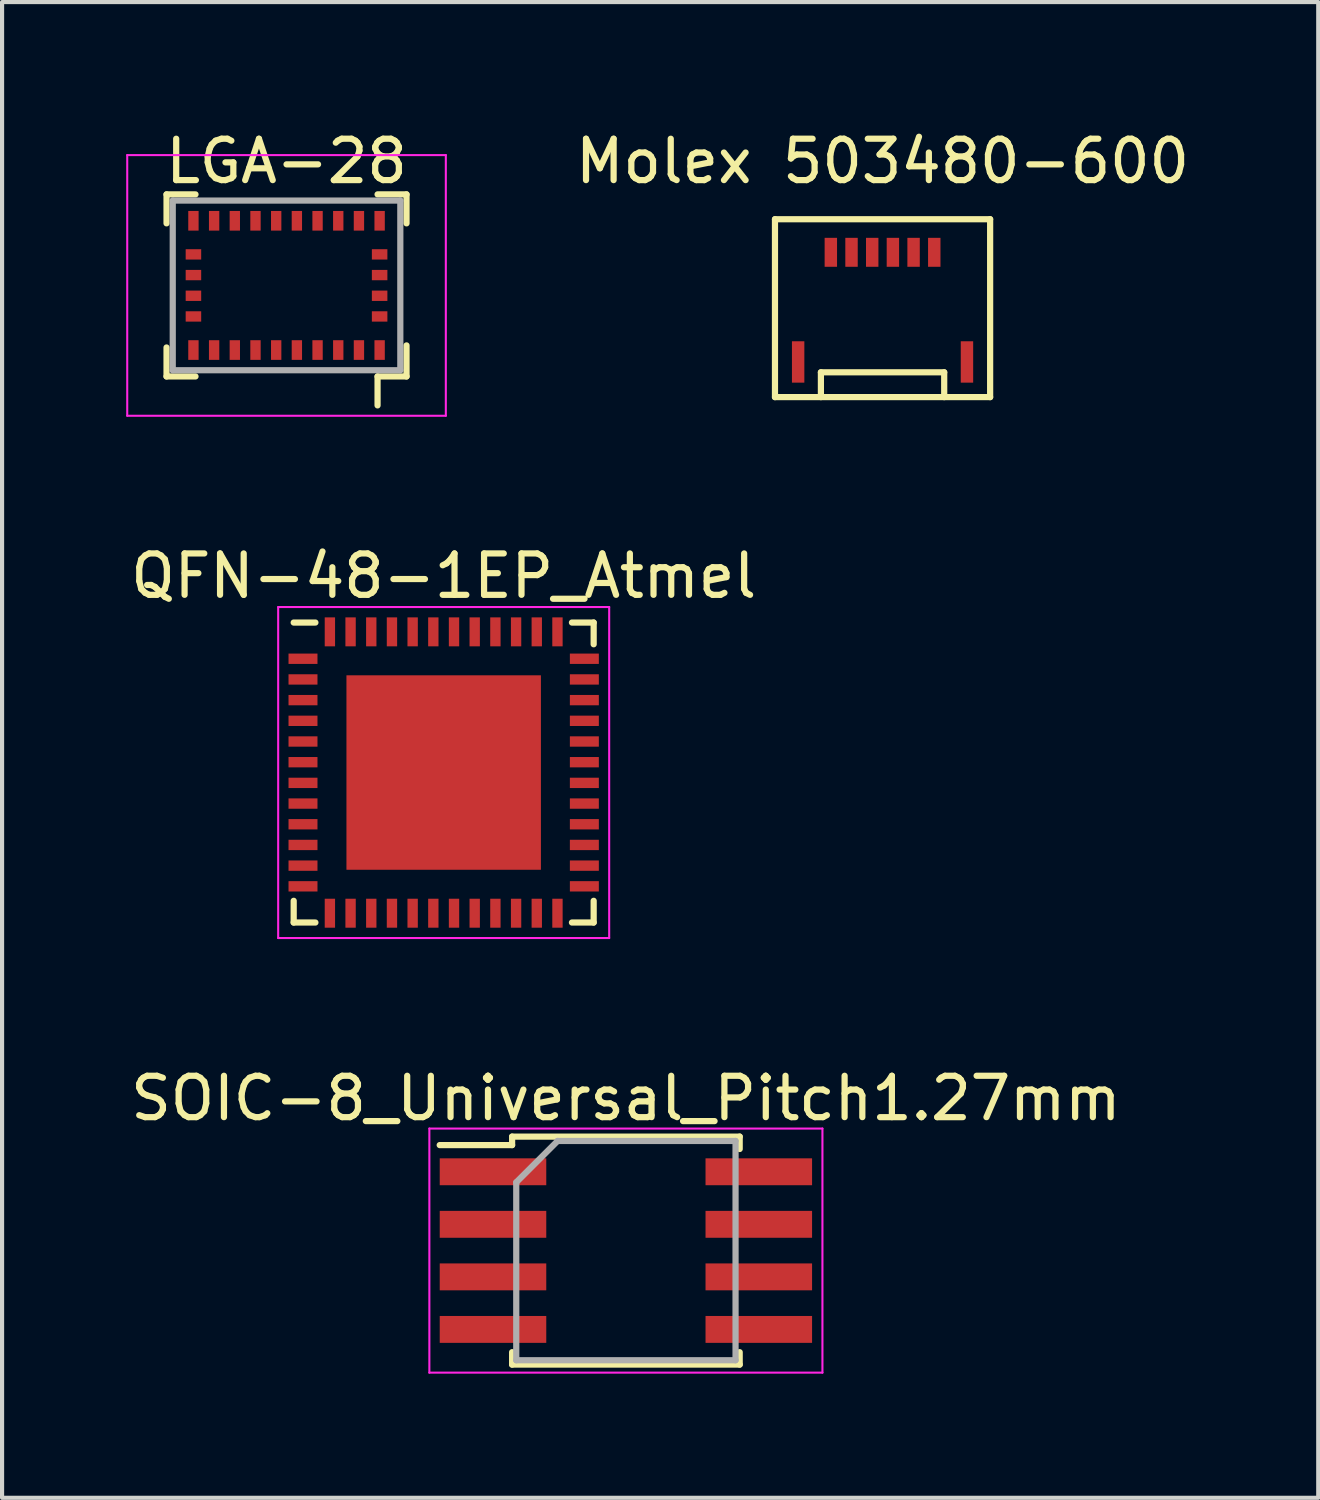
<source format=kicad_pcb>
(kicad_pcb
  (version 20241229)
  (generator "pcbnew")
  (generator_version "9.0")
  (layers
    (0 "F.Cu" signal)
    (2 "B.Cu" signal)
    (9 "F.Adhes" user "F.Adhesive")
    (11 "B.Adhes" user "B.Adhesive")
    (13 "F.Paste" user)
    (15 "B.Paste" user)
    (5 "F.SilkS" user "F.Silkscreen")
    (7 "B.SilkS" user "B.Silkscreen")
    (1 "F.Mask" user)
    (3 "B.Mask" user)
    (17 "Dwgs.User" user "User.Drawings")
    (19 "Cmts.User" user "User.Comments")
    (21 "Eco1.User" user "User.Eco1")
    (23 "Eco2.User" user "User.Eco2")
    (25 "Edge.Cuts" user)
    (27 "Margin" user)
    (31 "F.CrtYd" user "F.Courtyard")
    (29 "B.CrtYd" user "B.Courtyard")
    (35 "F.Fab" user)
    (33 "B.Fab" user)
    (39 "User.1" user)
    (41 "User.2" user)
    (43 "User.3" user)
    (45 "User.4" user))
  (footprint "LGA-28"
    (layer "F.Cu")
    (at 3.875 3.848)
    (property "Reference" "LGA-28" (at 0 -3 0) (layer "F.SilkS") (effects (font (size 1 1) (thickness 0.15))))
    (attr smd)
    (fp_line (start -2.9 -2.2) (end -2.2 -2.2) (stroke (width 0.15) (type solid)) (layer "F.SilkS"))
    (fp_line (start -2.9 -1.5) (end -2.9 -2.2) (stroke (width 0.15) (type solid)) (layer "F.SilkS"))
    (fp_line (start -2.9 2.2) (end -2.9 1.5) (stroke (width 0.15) (type solid)) (layer "F.SilkS"))
    (fp_line (start -2.9 2.2) (end -2.2 2.2) (stroke (width 0.15) (type solid)) (layer "F.SilkS"))
    (fp_line (start 2.2 2.2) (end 2.2 2.9) (stroke (width 0.15) (type solid)) (layer "F.SilkS"))
    (fp_line (start 2.9 -2.2) (end 2.2 -2.2) (stroke (width 0.15) (type solid)) (layer "F.SilkS"))
    (fp_line (start 2.9 -1.5) (end 2.9 -2.2) (stroke (width 0.15) (type solid)) (layer "F.SilkS"))
    (fp_line (start 2.9 1.45) (end 2.9 2.2) (stroke (width 0.15) (type solid)) (layer "F.SilkS"))
    (fp_line (start 2.9 2.2) (end 2.2 2.2) (stroke (width 0.15) (type solid)) (layer "F.SilkS"))
    (fp_line (start -3.85 -3.15) (end 3.85 -3.15) (stroke (width 0.05) (type solid)) (layer "F.CrtYd"))
    (fp_line (start -3.85 3.15) (end -3.85 -3.15) (stroke (width 0.05) (type solid)) (layer "F.CrtYd"))
    (fp_line (start 3.85 -3.15) (end 3.85 3.15) (stroke (width 0.05) (type solid)) (layer "F.CrtYd"))
    (fp_line (start 3.85 3.15) (end -3.85 3.15) (stroke (width 0.05) (type solid)) (layer "F.CrtYd"))
    (fp_line (start -2.75 2.05) (end -2.75 -2.05) (stroke (width 0.15) (type solid)) (layer "F.Fab"))
    (fp_line (start 2.75 -2.05) (end -2.75 -2.05) (stroke (width 0.15) (type solid)) (layer "F.Fab"))
    (fp_line (start 2.75 2.05) (end -2.75 2.05) (stroke (width 0.15) (type solid)) (layer "F.Fab"))
    (fp_line (start 2.75 2.05) (end 2.75 -2.05) (stroke (width 0.15) (type solid)) (layer "F.Fab"))
    (pad "1" smd rect (at 2.25 1.562) (size 0.25 0.475) (layers "F.Cu" "F.Mask" "F.Paste"))
    (pad "2" smd rect (at 2.25 0.75) (size 0.375 0.25) (layers "F.Cu" "F.Mask" "F.Paste"))
    (pad "3" smd rect (at 2.25 0.25) (size 0.375 0.25) (layers "F.Cu" "F.Mask" "F.Paste"))
    (pad "4" smd rect (at 2.25 -0.25) (size 0.375 0.25) (layers "F.Cu" "F.Mask" "F.Paste"))
    (pad "5" smd rect (at 2.25 -0.75) (size 0.375 0.25) (layers "F.Cu" "F.Mask" "F.Paste"))
    (pad "6" smd rect (at 2.25 -1.562) (size 0.25 0.475) (layers "F.Cu" "F.Mask" "F.Paste"))
    (pad "7" smd rect (at 1.75 -1.562 180) (size 0.25 0.475) (layers "F.Cu" "F.Mask" "F.Paste"))
    (pad "8" smd rect (at 1.25 -1.562 180) (size 0.25 0.475) (layers "F.Cu" "F.Mask" "F.Paste"))
    (pad "9" smd rect (at 0.75 -1.562 180) (size 0.25 0.475) (layers "F.Cu" "F.Mask" "F.Paste"))
    (pad "10" smd rect (at 0.25 -1.562 180) (size 0.25 0.475) (layers "F.Cu" "F.Mask" "F.Paste"))
    (pad "11" smd rect (at -0.25 -1.562 180) (size 0.25 0.475) (layers "F.Cu" "F.Mask" "F.Paste"))
    (pad "12" smd rect (at -0.75 -1.562 180) (size 0.25 0.475) (layers "F.Cu" "F.Mask" "F.Paste"))
    (pad "13" smd rect (at -1.25 -1.562 180) (size 0.25 0.475) (layers "F.Cu" "F.Mask" "F.Paste"))
    (pad "14" smd rect (at -1.75 -1.562) (size 0.25 0.475) (layers "F.Cu" "F.Mask" "F.Paste"))
    (pad "15" smd rect (at -2.25 -1.562) (size 0.25 0.475) (layers "F.Cu" "F.Mask" "F.Paste"))
    (pad "16" smd rect (at -2.25 -0.75) (size 0.375 0.25) (layers "F.Cu" "F.Mask" "F.Paste"))
    (pad "17" smd rect (at -2.25 -0.25) (size 0.375 0.25) (layers "F.Cu" "F.Mask" "F.Paste"))
    (pad "18" smd rect (at -2.25 0.25) (size 0.375 0.25) (layers "F.Cu" "F.Mask" "F.Paste"))
    (pad "19" smd rect (at -2.25 0.75) (size 0.375 0.25) (layers "F.Cu" "F.Mask" "F.Paste"))
    (pad "20" smd rect (at -2.25 1.562) (size 0.25 0.475) (layers "F.Cu" "F.Mask" "F.Paste"))
    (pad "21" smd rect (at -1.75 1.562 180) (size 0.25 0.475) (layers "F.Cu" "F.Mask" "F.Paste"))
    (pad "22" smd rect (at -1.25 1.562 180) (size 0.25 0.475) (layers "F.Cu" "F.Mask" "F.Paste"))
    (pad "23" smd rect (at -0.75 1.562 180) (size 0.25 0.475) (layers "F.Cu" "F.Mask" "F.Paste"))
    (pad "24" smd rect (at -0.25 1.562 180) (size 0.25 0.475) (layers "F.Cu" "F.Mask" "F.Paste"))
    (pad "25" smd rect (at 0.25 1.562 180) (size 0.25 0.475) (layers "F.Cu" "F.Mask" "F.Paste"))
    (pad "26" smd rect (at 0.75 1.562 180) (size 0.25 0.475) (layers "F.Cu" "F.Mask" "F.Paste"))
    (pad "27" smd rect (at 1.25 1.562 180) (size 0.25 0.475) (layers "F.Cu" "F.Mask" "F.Paste"))
    (pad "28" smd rect (at 1.75 1.562) (size 0.25 0.475) (layers "F.Cu" "F.Mask" "F.Paste")))
  (footprint "Molex 503480-600"
    (layer "F.Cu")
    (at 18.28 4.548)
    (property "Reference" "Molex 503480-600" (at 0 -3.7 0) (layer "F.SilkS") (effects (font (size 1 1) (thickness 0.15))))
    (attr through_hole)
    (fp_line (start -2.6 -2.3) (end 2.6 -2.3) (stroke (width 0.15) (type solid)) (layer "F.SilkS"))
    (fp_line (start -2.6 2) (end -2.6 -2.3) (stroke (width 0.15) (type solid)) (layer "F.SilkS"))
    (fp_line (start -2.6 2) (end 2.6 2) (stroke (width 0.15) (type solid)) (layer "F.SilkS"))
    (fp_line (start -1.49 1.4) (end 1.49 1.4) (stroke (width 0.15) (type solid)) (layer "F.SilkS"))
    (fp_line (start -1.49 2) (end -1.49 1.4) (stroke (width 0.15) (type solid)) (layer "F.SilkS"))
    (fp_line (start 1.49 1.4) (end 1.49 2) (stroke (width 0.15) (type solid)) (layer "F.SilkS"))
    (fp_line (start 2.6 -2.3) (end 2.6 2) (stroke (width 0.15) (type solid)) (layer "F.SilkS"))
    (pad "" smd rect (at -2.04 1.15) (size 0.3 1) (layers "F.Cu" "F.Mask" "F.Paste"))
    (pad "" smd rect (at 2.04 1.15) (size 0.3 1) (layers "F.Cu" "F.Mask" "F.Paste"))
    (pad "1" smd rect (at -1.25 -1.5) (size 0.3 0.7) (layers "F.Cu" "F.Mask" "F.Paste"))
    (pad "2" smd rect (at -0.75 -1.5) (size 0.3 0.7) (layers "F.Cu" "F.Mask" "F.Paste"))
    (pad "3" smd rect (at -0.25 -1.5) (size 0.3 0.7) (layers "F.Cu" "F.Mask" "F.Paste"))
    (pad "4" smd rect (at 0.25 -1.5) (size 0.3 0.7) (layers "F.Cu" "F.Mask" "F.Paste"))
    (pad "5" smd rect (at 0.75 -1.5) (size 0.3 0.7) (layers "F.Cu" "F.Mask" "F.Paste"))
    (pad "6" smd rect (at 1.25 -1.5) (size 0.3 0.7) (layers "F.Cu" "F.Mask" "F.Paste")))
  (footprint "SOIC-8_Universal_Pitch1.27mm"
    (layer "F.Cu")
    (at 12.077 27.175)
    (property "Reference" "SOIC-8_Universal_Pitch1.27mm" (at 0 -3.68 0) (layer "F.SilkS") (effects (font (size 1 1) (thickness 0.15))))
    (attr smd)
    (fp_line (start -2.75 -2.755) (end -2.75 -2.55) (stroke (width 0.15) (type solid)) (layer "F.SilkS"))
    (fp_line (start -2.75 -2.755) (end 2.75 -2.755) (stroke (width 0.15) (type solid)) (layer "F.SilkS"))
    (fp_line (start -2.75 -2.55) (end -4.5 -2.55) (stroke (width 0.15) (type solid)) (layer "F.SilkS"))
    (fp_line (start -2.75 2.755) (end -2.75 2.455) (stroke (width 0.15) (type solid)) (layer "F.SilkS"))
    (fp_line (start -2.75 2.755) (end 2.75 2.755) (stroke (width 0.15) (type solid)) (layer "F.SilkS"))
    (fp_line (start 2.75 -2.755) (end 2.75 -2.455) (stroke (width 0.15) (type solid)) (layer "F.SilkS"))
    (fp_line (start 2.75 2.755) (end 2.75 2.455) (stroke (width 0.15) (type solid)) (layer "F.SilkS"))
    (fp_line (start -4.75 -2.95) (end -4.75 2.95) (stroke (width 0.05) (type solid)) (layer "F.CrtYd"))
    (fp_line (start -4.75 -2.95) (end 4.75 -2.95) (stroke (width 0.05) (type solid)) (layer "F.CrtYd"))
    (fp_line (start -4.75 2.95) (end 4.75 2.95) (stroke (width 0.05) (type solid)) (layer "F.CrtYd"))
    (fp_line (start 4.75 -2.95) (end 4.75 2.95) (stroke (width 0.05) (type solid)) (layer "F.CrtYd"))
    (fp_line (start -2.65 -1.65) (end -1.65 -2.65) (stroke (width 0.15) (type solid)) (layer "F.Fab"))
    (fp_line (start -2.65 2.65) (end -2.65 -1.65) (stroke (width 0.15) (type solid)) (layer "F.Fab"))
    (fp_line (start -1.65 -2.65) (end 2.65 -2.65) (stroke (width 0.15) (type solid)) (layer "F.Fab"))
    (fp_line (start 2.65 -2.65) (end 2.65 2.65) (stroke (width 0.15) (type solid)) (layer "F.Fab"))
    (fp_line (start 2.65 2.65) (end -2.65 2.65) (stroke (width 0.15) (type solid)) (layer "F.Fab"))
    (pad "1" smd rect (at -3.212 -1.905) (size 2.575 0.65) (layers "F.Cu" "F.Mask" "F.Paste"))
    (pad "2" smd rect (at -3.212 -0.635) (size 2.575 0.65) (layers "F.Cu" "F.Mask" "F.Paste"))
    (pad "3" smd rect (at -3.212 0.635) (size 2.575 0.65) (layers "F.Cu" "F.Mask" "F.Paste"))
    (pad "4" smd rect (at -3.212 1.905) (size 2.575 0.65) (layers "F.Cu" "F.Mask" "F.Paste"))
    (pad "5" smd rect (at 3.212 1.905) (size 2.575 0.65) (layers "F.Cu" "F.Mask" "F.Paste"))
    (pad "6" smd rect (at 3.212 0.635) (size 2.575 0.65) (layers "F.Cu" "F.Mask" "F.Paste"))
    (pad "7" smd rect (at 3.212 -0.635) (size 2.575 0.65) (layers "F.Cu" "F.Mask" "F.Paste"))
    (pad "8" smd rect (at 3.212 -1.905) (size 2.575 0.65) (layers "F.Cu" "F.Mask" "F.Paste")))
  (footprint "QFN-48-1EP_Atmel"
    (layer "F.Cu")
    (at 7.673 15.621)
    (property "Reference" "QFN-48-1EP_Atmel" (at 0 -4.75 0) (layer "F.SilkS") (effects (font (size 1 1) (thickness 0.15))))
    (attr smd)
    (fp_line (start -3.625 -3.625) (end -3.1 -3.625) (stroke (width 0.15) (type solid)) (layer "F.SilkS"))
    (fp_line (start -3.625 3.625) (end -3.625 3.1) (stroke (width 0.15) (type solid)) (layer "F.SilkS"))
    (fp_line (start -3.625 3.625) (end -3.1 3.625) (stroke (width 0.15) (type solid)) (layer "F.SilkS"))
    (fp_line (start 3.625 -3.625) (end 3.1 -3.625) (stroke (width 0.15) (type solid)) (layer "F.SilkS"))
    (fp_line (start 3.625 -3.625) (end 3.625 -3.1) (stroke (width 0.15) (type solid)) (layer "F.SilkS"))
    (fp_line (start 3.625 3.625) (end 3.1 3.625) (stroke (width 0.15) (type solid)) (layer "F.SilkS"))
    (fp_line (start 3.625 3.625) (end 3.625 3.1) (stroke (width 0.15) (type solid)) (layer "F.SilkS"))
    (fp_line (start -4 -4) (end -4 4) (stroke (width 0.05) (type solid)) (layer "F.CrtYd"))
    (fp_line (start -4 -4) (end 4 -4) (stroke (width 0.05) (type solid)) (layer "F.CrtYd"))
    (fp_line (start -4 4) (end 4 4) (stroke (width 0.05) (type solid)) (layer "F.CrtYd"))
    (fp_line (start 4 -4) (end 4 4) (stroke (width 0.05) (type solid)) (layer "F.CrtYd"))
    (pad "1" smd rect (at -3.4 -2.75) (size 0.7 0.25) (layers "F.Cu" "F.Mask" "F.Paste"))
    (pad "2" smd rect (at -3.4 -2.25) (size 0.7 0.25) (layers "F.Cu" "F.Mask" "F.Paste"))
    (pad "3" smd rect (at -3.4 -1.75) (size 0.7 0.25) (layers "F.Cu" "F.Mask" "F.Paste"))
    (pad "4" smd rect (at -3.4 -1.25) (size 0.7 0.25) (layers "F.Cu" "F.Mask" "F.Paste"))
    (pad "5" smd rect (at -3.4 -0.75) (size 0.7 0.25) (layers "F.Cu" "F.Mask" "F.Paste"))
    (pad "6" smd rect (at -3.4 -0.25) (size 0.7 0.25) (layers "F.Cu" "F.Mask" "F.Paste"))
    (pad "7" smd rect (at -3.4 0.25) (size 0.7 0.25) (layers "F.Cu" "F.Mask" "F.Paste"))
    (pad "8" smd rect (at -3.4 0.75) (size 0.7 0.25) (layers "F.Cu" "F.Mask" "F.Paste"))
    (pad "9" smd rect (at -3.4 1.25) (size 0.7 0.25) (layers "F.Cu" "F.Mask" "F.Paste"))
    (pad "10" smd rect (at -3.4 1.75) (size 0.7 0.25) (layers "F.Cu" "F.Mask" "F.Paste"))
    (pad "11" smd rect (at -3.4 2.25) (size 0.7 0.25) (layers "F.Cu" "F.Mask" "F.Paste"))
    (pad "12" smd rect (at -3.4 2.75) (size 0.7 0.25) (layers "F.Cu" "F.Mask" "F.Paste"))
    (pad "13" smd rect (at -2.75 3.4 90) (size 0.7 0.25) (layers "F.Cu" "F.Mask" "F.Paste"))
    (pad "14" smd rect (at -2.25 3.4 90) (size 0.7 0.25) (layers "F.Cu" "F.Mask" "F.Paste"))
    (pad "15" smd rect (at -1.75 3.4 90) (size 0.7 0.25) (layers "F.Cu" "F.Mask" "F.Paste"))
    (pad "16" smd rect (at -1.25 3.4 90) (size 0.7 0.25) (layers "F.Cu" "F.Mask" "F.Paste"))
    (pad "17" smd rect (at -0.75 3.4 90) (size 0.7 0.25) (layers "F.Cu" "F.Mask" "F.Paste"))
    (pad "18" smd rect (at -0.25 3.4 90) (size 0.7 0.25) (layers "F.Cu" "F.Mask" "F.Paste"))
    (pad "19" smd rect (at 0.25 3.4 90) (size 0.7 0.25) (layers "F.Cu" "F.Mask" "F.Paste"))
    (pad "20" smd rect (at 0.75 3.4 90) (size 0.7 0.25) (layers "F.Cu" "F.Mask" "F.Paste"))
    (pad "21" smd rect (at 1.25 3.4 90) (size 0.7 0.25) (layers "F.Cu" "F.Mask" "F.Paste"))
    (pad "22" smd rect (at 1.75 3.4 90) (size 0.7 0.25) (layers "F.Cu" "F.Mask" "F.Paste"))
    (pad "23" smd rect (at 2.25 3.4 90) (size 0.7 0.25) (layers "F.Cu" "F.Mask" "F.Paste"))
    (pad "24" smd rect (at 2.75 3.4 90) (size 0.7 0.25) (layers "F.Cu" "F.Mask" "F.Paste"))
    (pad "25" smd rect (at 3.4 2.75) (size 0.7 0.25) (layers "F.Cu" "F.Mask" "F.Paste"))
    (pad "26" smd rect (at 3.4 2.25) (size 0.7 0.25) (layers "F.Cu" "F.Mask" "F.Paste"))
    (pad "27" smd rect (at 3.4 1.75) (size 0.7 0.25) (layers "F.Cu" "F.Mask" "F.Paste"))
    (pad "28" smd rect (at 3.4 1.25) (size 0.7 0.25) (layers "F.Cu" "F.Mask" "F.Paste"))
    (pad "29" smd rect (at 3.4 0.75) (size 0.7 0.25) (layers "F.Cu" "F.Mask" "F.Paste"))
    (pad "30" smd rect (at 3.4 0.25) (size 0.7 0.25) (layers "F.Cu" "F.Mask" "F.Paste"))
    (pad "31" smd rect (at 3.4 -0.25) (size 0.7 0.25) (layers "F.Cu" "F.Mask" "F.Paste"))
    (pad "32" smd rect (at 3.4 -0.75) (size 0.7 0.25) (layers "F.Cu" "F.Mask" "F.Paste"))
    (pad "33" smd rect (at 3.4 -1.25) (size 0.7 0.25) (layers "F.Cu" "F.Mask" "F.Paste"))
    (pad "34" smd rect (at 3.4 -1.75) (size 0.7 0.25) (layers "F.Cu" "F.Mask" "F.Paste"))
    (pad "35" smd rect (at 3.4 -2.25) (size 0.7 0.25) (layers "F.Cu" "F.Mask" "F.Paste"))
    (pad "36" smd rect (at 3.4 -2.75) (size 0.7 0.25) (layers "F.Cu" "F.Mask" "F.Paste"))
    (pad "37" smd rect (at 2.75 -3.4 90) (size 0.7 0.25) (layers "F.Cu" "F.Mask" "F.Paste"))
    (pad "38" smd rect (at 2.25 -3.4 90) (size 0.7 0.25) (layers "F.Cu" "F.Mask" "F.Paste"))
    (pad "39" smd rect (at 1.75 -3.4 90) (size 0.7 0.25) (layers "F.Cu" "F.Mask" "F.Paste"))
    (pad "40" smd rect (at 1.25 -3.4 90) (size 0.7 0.25) (layers "F.Cu" "F.Mask" "F.Paste"))
    (pad "41" smd rect (at 0.75 -3.4 90) (size 0.7 0.25) (layers "F.Cu" "F.Mask" "F.Paste"))
    (pad "42" smd rect (at 0.25 -3.4 90) (size 0.7 0.25) (layers "F.Cu" "F.Mask" "F.Paste"))
    (pad "43" smd rect (at -0.25 -3.4 90) (size 0.7 0.25) (layers "F.Cu" "F.Mask" "F.Paste"))
    (pad "44" smd rect (at -0.75 -3.4 90) (size 0.7 0.25) (layers "F.Cu" "F.Mask" "F.Paste"))
    (pad "45" smd rect (at -1.25 -3.4 90) (size 0.7 0.25) (layers "F.Cu" "F.Mask" "F.Paste"))
    (pad "46" smd rect (at -1.75 -3.4 90) (size 0.7 0.25) (layers "F.Cu" "F.Mask" "F.Paste"))
    (pad "47" smd rect (at -2.25 -3.4 90) (size 0.7 0.25) (layers "F.Cu" "F.Mask" "F.Paste"))
    (pad "48" smd rect (at -2.75 -3.4 90) (size 0.7 0.25) (layers "F.Cu" "F.Mask" "F.Paste"))
    (pad "49" smd rect (at 0 0) (size 4.7 4.7) (layers "F.Cu" "F.Mask" "F.Paste")))
  (gr_rect
    (start -3 -3)
    (end 28.81 33.15)
    (stroke (width 0.1) (type default))
    (fill no)
    (layer "Edge.Cuts")))
</source>
